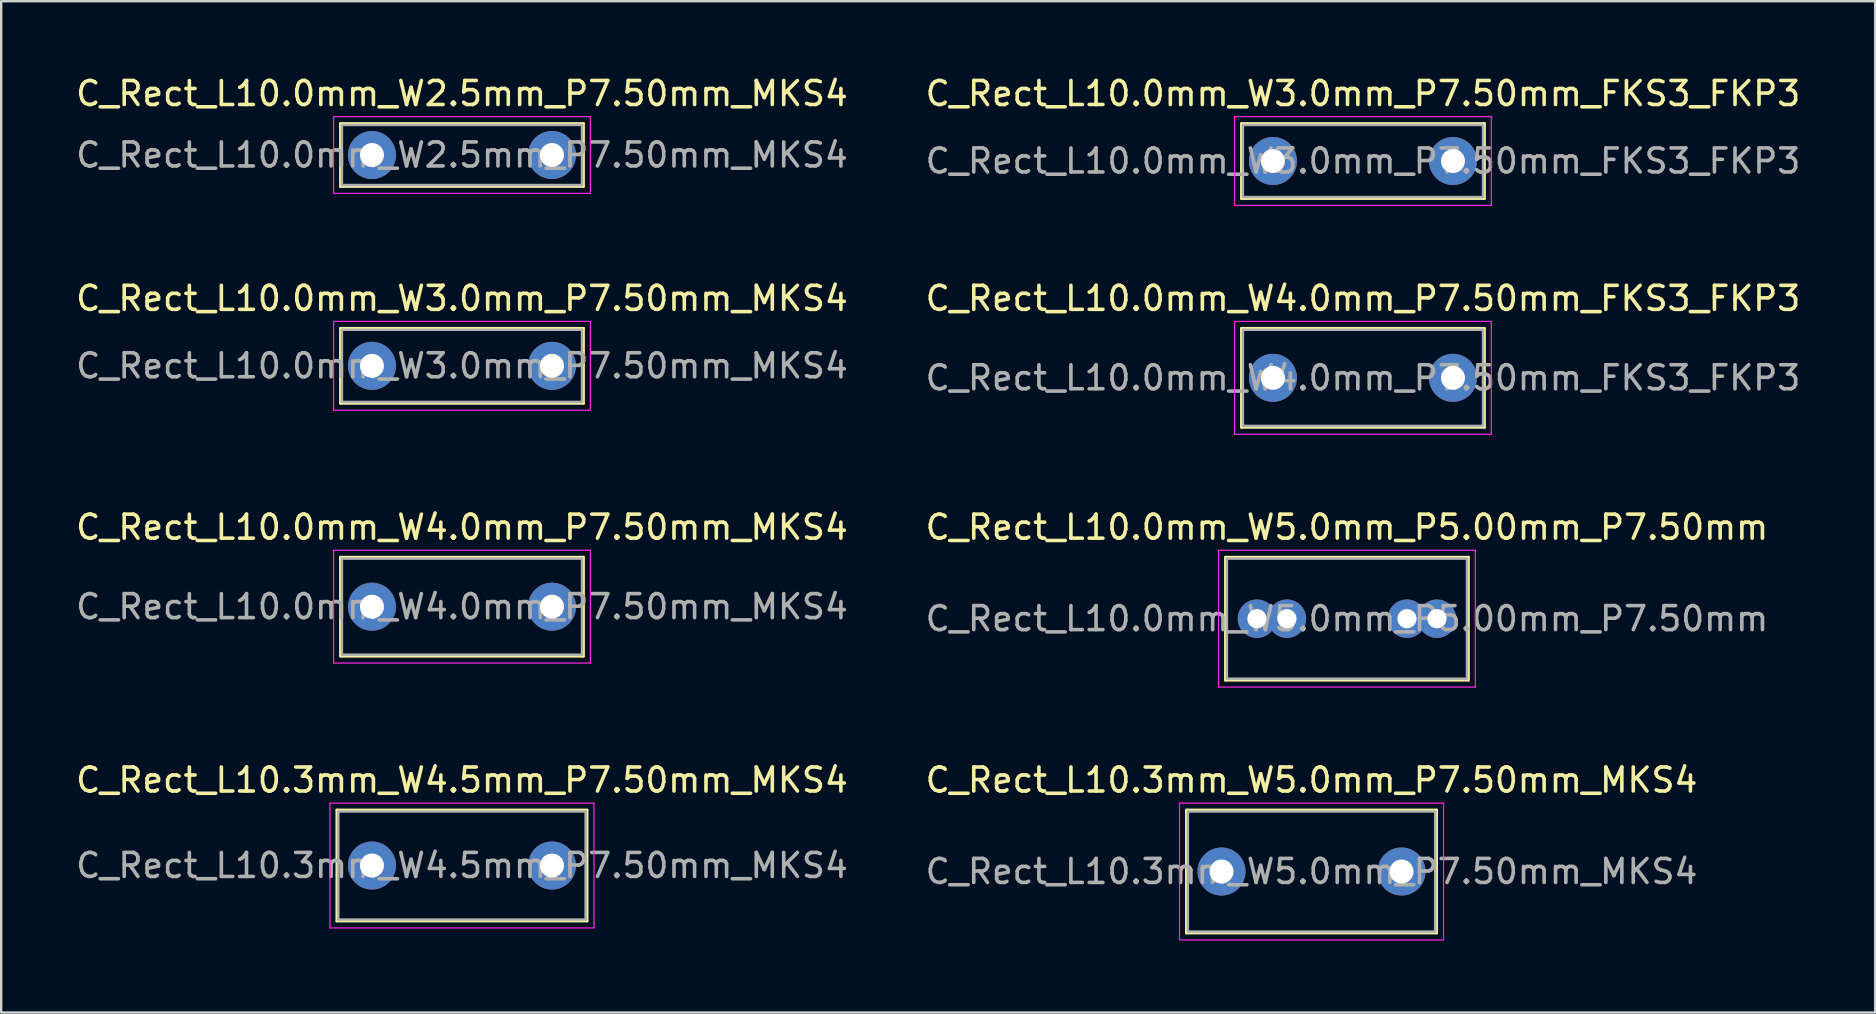
<source format=kicad_pcb>
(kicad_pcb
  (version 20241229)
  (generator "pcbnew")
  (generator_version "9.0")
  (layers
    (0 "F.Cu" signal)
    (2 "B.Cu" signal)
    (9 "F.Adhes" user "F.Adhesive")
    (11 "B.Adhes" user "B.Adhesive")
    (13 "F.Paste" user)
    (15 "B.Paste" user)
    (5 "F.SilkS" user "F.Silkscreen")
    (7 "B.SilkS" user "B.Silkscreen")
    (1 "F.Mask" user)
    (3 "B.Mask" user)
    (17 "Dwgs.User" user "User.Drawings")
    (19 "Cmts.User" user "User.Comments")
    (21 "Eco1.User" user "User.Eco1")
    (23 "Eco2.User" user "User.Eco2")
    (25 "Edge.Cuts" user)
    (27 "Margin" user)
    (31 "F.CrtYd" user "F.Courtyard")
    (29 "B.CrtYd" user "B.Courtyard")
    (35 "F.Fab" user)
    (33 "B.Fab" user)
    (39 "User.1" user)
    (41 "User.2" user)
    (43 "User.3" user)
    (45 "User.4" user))
  (footprint "C_Rect_L10.0mm_W2.5mm_P7.50mm_MKS4"
    (layer "F.Cu")
    (at 12.446 3.408)
    (property "Reference" "C_Rect_L10.0mm_W2.5mm_P7.50mm_MKS4" (at 3.75 -2.56 0) (layer "F.SilkS") (effects (font (size 1 1) (thickness 0.15))))
    (attr through_hole)
    (fp_line (start -1.31 -1.31) (end -1.31 1.31) (stroke (width 0.12) (type solid)) (layer "F.SilkS"))
    (fp_line (start -1.31 -1.31) (end 8.81 -1.31) (stroke (width 0.12) (type solid)) (layer "F.SilkS"))
    (fp_line (start -1.31 1.31) (end 8.81 1.31) (stroke (width 0.12) (type solid)) (layer "F.SilkS"))
    (fp_line (start 8.81 -1.31) (end 8.81 1.31) (stroke (width 0.12) (type solid)) (layer "F.SilkS"))
    (fp_line (start -1.6 -1.6) (end -1.6 1.6) (stroke (width 0.05) (type solid)) (layer "F.CrtYd"))
    (fp_line (start -1.6 1.6) (end 9.1 1.6) (stroke (width 0.05) (type solid)) (layer "F.CrtYd"))
    (fp_line (start 9.1 -1.6) (end -1.6 -1.6) (stroke (width 0.05) (type solid)) (layer "F.CrtYd"))
    (fp_line (start 9.1 1.6) (end 9.1 -1.6) (stroke (width 0.05) (type solid)) (layer "F.CrtYd"))
    (fp_line (start -1.25 -1.25) (end -1.25 1.25) (stroke (width 0.1) (type solid)) (layer "F.Fab"))
    (fp_line (start -1.25 1.25) (end 8.75 1.25) (stroke (width 0.1) (type solid)) (layer "F.Fab"))
    (fp_line (start 8.75 -1.25) (end -1.25 -1.25) (stroke (width 0.1) (type solid)) (layer "F.Fab"))
    (fp_line (start 8.75 1.25) (end 8.75 -1.25) (stroke (width 0.1) (type solid)) (layer "F.Fab"))
    (fp_text user "${REFERENCE}" (at 3.75 0 0) (layer "F.Fab") (effects (font (size 1 1) (thickness 0.15))))
    (pad "1" thru_hole circle (at 0 0) (size 2 2) (drill 1) (layers "*.Cu" "*.Mask"))
    (pad "2" thru_hole circle (at 7.5 0) (size 2 2) (drill 1) (layers "*.Cu" "*.Mask")))
  (footprint "C_Rect_L10.0mm_W4.0mm_P7.50mm_FKS3_FKP3"
    (layer "F.Cu")
    (at 49.982 12.691)
    (property "Reference" "C_Rect_L10.0mm_W4.0mm_P7.50mm_FKS3_FKP3" (at 3.75 -3.31 0) (layer "F.SilkS") (effects (font (size 1 1) (thickness 0.15))))
    (attr through_hole)
    (fp_line (start -1.31 -2.06) (end -1.31 2.06) (stroke (width 0.12) (type solid)) (layer "F.SilkS"))
    (fp_line (start -1.31 -2.06) (end 8.81 -2.06) (stroke (width 0.12) (type solid)) (layer "F.SilkS"))
    (fp_line (start -1.31 2.06) (end 8.81 2.06) (stroke (width 0.12) (type solid)) (layer "F.SilkS"))
    (fp_line (start 8.81 -2.06) (end 8.81 2.06) (stroke (width 0.12) (type solid)) (layer "F.SilkS"))
    (fp_line (start -1.6 -2.35) (end -1.6 2.35) (stroke (width 0.05) (type solid)) (layer "F.CrtYd"))
    (fp_line (start -1.6 2.35) (end 9.1 2.35) (stroke (width 0.05) (type solid)) (layer "F.CrtYd"))
    (fp_line (start 9.1 -2.35) (end -1.6 -2.35) (stroke (width 0.05) (type solid)) (layer "F.CrtYd"))
    (fp_line (start 9.1 2.35) (end 9.1 -2.35) (stroke (width 0.05) (type solid)) (layer "F.CrtYd"))
    (fp_line (start -1.25 -2) (end -1.25 2) (stroke (width 0.1) (type solid)) (layer "F.Fab"))
    (fp_line (start -1.25 2) (end 8.75 2) (stroke (width 0.1) (type solid)) (layer "F.Fab"))
    (fp_line (start 8.75 -2) (end -1.25 -2) (stroke (width 0.1) (type solid)) (layer "F.Fab"))
    (fp_line (start 8.75 2) (end 8.75 -2) (stroke (width 0.1) (type solid)) (layer "F.Fab"))
    (fp_text user "${REFERENCE}" (at 3.75 0 0) (layer "F.Fab") (effects (font (size 1 1) (thickness 0.15))))
    (pad "1" thru_hole circle (at 0 0) (size 2 2) (drill 1) (layers "*.Cu" "*.Mask"))
    (pad "2" thru_hole circle (at 7.5 0) (size 2 2) (drill 1) (layers "*.Cu" "*.Mask")))
  (footprint "C_Rect_L10.0mm_W3.0mm_P7.50mm_MKS4"
    (layer "F.Cu")
    (at 12.446 12.191)
    (property "Reference" "C_Rect_L10.0mm_W3.0mm_P7.50mm_MKS4" (at 3.75 -2.81 0) (layer "F.SilkS") (effects (font (size 1 1) (thickness 0.15))))
    (attr through_hole)
    (fp_line (start -1.31 -1.56) (end -1.31 1.56) (stroke (width 0.12) (type solid)) (layer "F.SilkS"))
    (fp_line (start -1.31 -1.56) (end 8.81 -1.56) (stroke (width 0.12) (type solid)) (layer "F.SilkS"))
    (fp_line (start -1.31 1.56) (end 8.81 1.56) (stroke (width 0.12) (type solid)) (layer "F.SilkS"))
    (fp_line (start 8.81 -1.56) (end 8.81 1.56) (stroke (width 0.12) (type solid)) (layer "F.SilkS"))
    (fp_line (start -1.6 -1.85) (end -1.6 1.85) (stroke (width 0.05) (type solid)) (layer "F.CrtYd"))
    (fp_line (start -1.6 1.85) (end 9.1 1.85) (stroke (width 0.05) (type solid)) (layer "F.CrtYd"))
    (fp_line (start 9.1 -1.85) (end -1.6 -1.85) (stroke (width 0.05) (type solid)) (layer "F.CrtYd"))
    (fp_line (start 9.1 1.85) (end 9.1 -1.85) (stroke (width 0.05) (type solid)) (layer "F.CrtYd"))
    (fp_line (start -1.25 -1.5) (end -1.25 1.5) (stroke (width 0.1) (type solid)) (layer "F.Fab"))
    (fp_line (start -1.25 1.5) (end 8.75 1.5) (stroke (width 0.1) (type solid)) (layer "F.Fab"))
    (fp_line (start 8.75 -1.5) (end -1.25 -1.5) (stroke (width 0.1) (type solid)) (layer "F.Fab"))
    (fp_line (start 8.75 1.5) (end 8.75 -1.5) (stroke (width 0.1) (type solid)) (layer "F.Fab"))
    (fp_text user "${REFERENCE}" (at 3.75 0 0) (layer "F.Fab") (effects (font (size 1 1) (thickness 0.15))))
    (pad "1" thru_hole circle (at 0 0) (size 2 2) (drill 1) (layers "*.Cu" "*.Mask"))
    (pad "2" thru_hole circle (at 7.5 0) (size 2 2) (drill 1) (layers "*.Cu" "*.Mask")))
  (footprint "C_Rect_L10.0mm_W4.0mm_P7.50mm_MKS4"
    (layer "F.Cu")
    (at 12.446 22.225)
    (property "Reference" "C_Rect_L10.0mm_W4.0mm_P7.50mm_MKS4" (at 3.75 -3.31 0) (layer "F.SilkS") (effects (font (size 1 1) (thickness 0.15))))
    (attr through_hole)
    (fp_line (start -1.31 -2.06) (end -1.31 2.06) (stroke (width 0.12) (type solid)) (layer "F.SilkS"))
    (fp_line (start -1.31 -2.06) (end 8.81 -2.06) (stroke (width 0.12) (type solid)) (layer "F.SilkS"))
    (fp_line (start -1.31 2.06) (end 8.81 2.06) (stroke (width 0.12) (type solid)) (layer "F.SilkS"))
    (fp_line (start 8.81 -2.06) (end 8.81 2.06) (stroke (width 0.12) (type solid)) (layer "F.SilkS"))
    (fp_line (start -1.6 -2.35) (end -1.6 2.35) (stroke (width 0.05) (type solid)) (layer "F.CrtYd"))
    (fp_line (start -1.6 2.35) (end 9.1 2.35) (stroke (width 0.05) (type solid)) (layer "F.CrtYd"))
    (fp_line (start 9.1 -2.35) (end -1.6 -2.35) (stroke (width 0.05) (type solid)) (layer "F.CrtYd"))
    (fp_line (start 9.1 2.35) (end 9.1 -2.35) (stroke (width 0.05) (type solid)) (layer "F.CrtYd"))
    (fp_line (start -1.25 -2) (end -1.25 2) (stroke (width 0.1) (type solid)) (layer "F.Fab"))
    (fp_line (start -1.25 2) (end 8.75 2) (stroke (width 0.1) (type solid)) (layer "F.Fab"))
    (fp_line (start 8.75 -2) (end -1.25 -2) (stroke (width 0.1) (type solid)) (layer "F.Fab"))
    (fp_line (start 8.75 2) (end 8.75 -2) (stroke (width 0.1) (type solid)) (layer "F.Fab"))
    (fp_text user "${REFERENCE}" (at 3.75 0 0) (layer "F.Fab") (effects (font (size 1 1) (thickness 0.15))))
    (pad "1" thru_hole circle (at 0 0) (size 2 2) (drill 1) (layers "*.Cu" "*.Mask"))
    (pad "2" thru_hole circle (at 7.5 0) (size 2 2) (drill 1) (layers "*.Cu" "*.Mask")))
  (footprint "C_Rect_L10.0mm_W3.0mm_P7.50mm_FKS3_FKP3"
    (layer "F.Cu")
    (at 49.982 3.658)
    (property "Reference" "C_Rect_L10.0mm_W3.0mm_P7.50mm_FKS3_FKP3" (at 3.75 -2.81 0) (layer "F.SilkS") (effects (font (size 1 1) (thickness 0.15))))
    (attr through_hole)
    (fp_line (start -1.31 -1.56) (end -1.31 1.56) (stroke (width 0.12) (type solid)) (layer "F.SilkS"))
    (fp_line (start -1.31 -1.56) (end 8.81 -1.56) (stroke (width 0.12) (type solid)) (layer "F.SilkS"))
    (fp_line (start -1.31 1.56) (end 8.81 1.56) (stroke (width 0.12) (type solid)) (layer "F.SilkS"))
    (fp_line (start 8.81 -1.56) (end 8.81 1.56) (stroke (width 0.12) (type solid)) (layer "F.SilkS"))
    (fp_line (start -1.6 -1.85) (end -1.6 1.85) (stroke (width 0.05) (type solid)) (layer "F.CrtYd"))
    (fp_line (start -1.6 1.85) (end 9.1 1.85) (stroke (width 0.05) (type solid)) (layer "F.CrtYd"))
    (fp_line (start 9.1 -1.85) (end -1.6 -1.85) (stroke (width 0.05) (type solid)) (layer "F.CrtYd"))
    (fp_line (start 9.1 1.85) (end 9.1 -1.85) (stroke (width 0.05) (type solid)) (layer "F.CrtYd"))
    (fp_line (start -1.25 -1.5) (end -1.25 1.5) (stroke (width 0.1) (type solid)) (layer "F.Fab"))
    (fp_line (start -1.25 1.5) (end 8.75 1.5) (stroke (width 0.1) (type solid)) (layer "F.Fab"))
    (fp_line (start 8.75 -1.5) (end -1.25 -1.5) (stroke (width 0.1) (type solid)) (layer "F.Fab"))
    (fp_line (start 8.75 1.5) (end 8.75 -1.5) (stroke (width 0.1) (type solid)) (layer "F.Fab"))
    (fp_text user "${REFERENCE}" (at 3.75 0 0) (layer "F.Fab") (effects (font (size 1 1) (thickness 0.15))))
    (pad "1" thru_hole circle (at 0 0) (size 2 2) (drill 1) (layers "*.Cu" "*.Mask"))
    (pad "2" thru_hole circle (at 7.5 0) (size 2 2) (drill 1) (layers "*.Cu" "*.Mask")))
  (footprint "C_Rect_L10.3mm_W5.0mm_P7.50mm_MKS4"
    (layer "F.Cu")
    (at 47.839 33.258)
    (property "Reference" "C_Rect_L10.3mm_W5.0mm_P7.50mm_MKS4" (at 3.75 -3.81 0) (layer "F.SilkS") (effects (font (size 1 1) (thickness 0.15))))
    (attr through_hole)
    (fp_line (start -1.46 -2.56) (end -1.46 2.56) (stroke (width 0.12) (type solid)) (layer "F.SilkS"))
    (fp_line (start -1.46 -2.56) (end 8.96 -2.56) (stroke (width 0.12) (type solid)) (layer "F.SilkS"))
    (fp_line (start -1.46 2.56) (end 8.96 2.56) (stroke (width 0.12) (type solid)) (layer "F.SilkS"))
    (fp_line (start 8.96 -2.56) (end 8.96 2.56) (stroke (width 0.12) (type solid)) (layer "F.SilkS"))
    (fp_line (start -1.75 -2.85) (end -1.75 2.85) (stroke (width 0.05) (type solid)) (layer "F.CrtYd"))
    (fp_line (start -1.75 2.85) (end 9.25 2.85) (stroke (width 0.05) (type solid)) (layer "F.CrtYd"))
    (fp_line (start 9.25 -2.85) (end -1.75 -2.85) (stroke (width 0.05) (type solid)) (layer "F.CrtYd"))
    (fp_line (start 9.25 2.85) (end 9.25 -2.85) (stroke (width 0.05) (type solid)) (layer "F.CrtYd"))
    (fp_line (start -1.4 -2.5) (end -1.4 2.5) (stroke (width 0.1) (type solid)) (layer "F.Fab"))
    (fp_line (start -1.4 2.5) (end 8.9 2.5) (stroke (width 0.1) (type solid)) (layer "F.Fab"))
    (fp_line (start 8.9 -2.5) (end -1.4 -2.5) (stroke (width 0.1) (type solid)) (layer "F.Fab"))
    (fp_line (start 8.9 2.5) (end 8.9 -2.5) (stroke (width 0.1) (type solid)) (layer "F.Fab"))
    (fp_text user "${REFERENCE}" (at 3.75 0 0) (layer "F.Fab") (effects (font (size 1 1) (thickness 0.15))))
    (pad "1" thru_hole circle (at 0 0) (size 2 2) (drill 1) (layers "*.Cu" "*.Mask"))
    (pad "2" thru_hole circle (at 7.5 0) (size 2 2) (drill 1) (layers "*.Cu" "*.Mask")))
  (footprint "C_Rect_L10.3mm_W4.5mm_P7.50mm_MKS4"
    (layer "F.Cu")
    (at 12.446 33.008)
    (property "Reference" "C_Rect_L10.3mm_W4.5mm_P7.50mm_MKS4" (at 3.75 -3.56 0) (layer "F.SilkS") (effects (font (size 1 1) (thickness 0.15))))
    (attr through_hole)
    (fp_line (start -1.46 -2.31) (end -1.46 2.31) (stroke (width 0.12) (type solid)) (layer "F.SilkS"))
    (fp_line (start -1.46 -2.31) (end 8.96 -2.31) (stroke (width 0.12) (type solid)) (layer "F.SilkS"))
    (fp_line (start -1.46 2.31) (end 8.96 2.31) (stroke (width 0.12) (type solid)) (layer "F.SilkS"))
    (fp_line (start 8.96 -2.31) (end 8.96 2.31) (stroke (width 0.12) (type solid)) (layer "F.SilkS"))
    (fp_line (start -1.75 -2.6) (end -1.75 2.6) (stroke (width 0.05) (type solid)) (layer "F.CrtYd"))
    (fp_line (start -1.75 2.6) (end 9.25 2.6) (stroke (width 0.05) (type solid)) (layer "F.CrtYd"))
    (fp_line (start 9.25 -2.6) (end -1.75 -2.6) (stroke (width 0.05) (type solid)) (layer "F.CrtYd"))
    (fp_line (start 9.25 2.6) (end 9.25 -2.6) (stroke (width 0.05) (type solid)) (layer "F.CrtYd"))
    (fp_line (start -1.4 -2.25) (end -1.4 2.25) (stroke (width 0.1) (type solid)) (layer "F.Fab"))
    (fp_line (start -1.4 2.25) (end 8.9 2.25) (stroke (width 0.1) (type solid)) (layer "F.Fab"))
    (fp_line (start 8.9 -2.25) (end -1.4 -2.25) (stroke (width 0.1) (type solid)) (layer "F.Fab"))
    (fp_line (start 8.9 2.25) (end 8.9 -2.25) (stroke (width 0.1) (type solid)) (layer "F.Fab"))
    (fp_text user "${REFERENCE}" (at 3.75 0 0) (layer "F.Fab") (effects (font (size 1 1) (thickness 0.15))))
    (pad "1" thru_hole circle (at 0 0) (size 2 2) (drill 1) (layers "*.Cu" "*.Mask"))
    (pad "2" thru_hole circle (at 7.5 0) (size 2 2) (drill 1) (layers "*.Cu" "*.Mask")))
  (footprint "C_Rect_L10.0mm_W5.0mm_P5.00mm_P7.50mm"
    (layer "F.Cu")
    (at 49.315 22.725)
    (property "Reference" "C_Rect_L10.0mm_W5.0mm_P5.00mm_P7.50mm" (at 3.75 -3.81 0) (layer "F.SilkS") (effects (font (size 1 1) (thickness 0.15))))
    (attr through_hole)
    (fp_line (start -1.31 -2.56) (end -1.31 2.56) (stroke (width 0.12) (type solid)) (layer "F.SilkS"))
    (fp_line (start -1.31 -2.56) (end 8.81 -2.56) (stroke (width 0.12) (type solid)) (layer "F.SilkS"))
    (fp_line (start -1.31 2.56) (end 8.81 2.56) (stroke (width 0.12) (type solid)) (layer "F.SilkS"))
    (fp_line (start 8.81 -2.56) (end 8.81 2.56) (stroke (width 0.12) (type solid)) (layer "F.SilkS"))
    (fp_line (start -1.6 -2.85) (end -1.6 2.85) (stroke (width 0.05) (type solid)) (layer "F.CrtYd"))
    (fp_line (start -1.6 2.85) (end 9.1 2.85) (stroke (width 0.05) (type solid)) (layer "F.CrtYd"))
    (fp_line (start 9.1 -2.85) (end -1.6 -2.85) (stroke (width 0.05) (type solid)) (layer "F.CrtYd"))
    (fp_line (start 9.1 2.85) (end 9.1 -2.85) (stroke (width 0.05) (type solid)) (layer "F.CrtYd"))
    (fp_line (start -1.25 -2.5) (end -1.25 2.5) (stroke (width 0.1) (type solid)) (layer "F.Fab"))
    (fp_line (start -1.25 2.5) (end 8.75 2.5) (stroke (width 0.1) (type solid)) (layer "F.Fab"))
    (fp_line (start 8.75 -2.5) (end -1.25 -2.5) (stroke (width 0.1) (type solid)) (layer "F.Fab"))
    (fp_line (start 8.75 2.5) (end 8.75 -2.5) (stroke (width 0.1) (type solid)) (layer "F.Fab"))
    (fp_text user "${REFERENCE}" (at 3.75 0 0) (layer "F.Fab") (effects (font (size 1 1) (thickness 0.15))))
    (pad "1" thru_hole circle (at 0 0) (size 1.6 1.6) (drill 0.8) (layers "*.Cu" "*.Mask"))
    (pad "1" thru_hole circle (at 1.25 0) (size 1.6 1.6) (drill 0.8) (layers "*.Cu" "*.Mask"))
    (pad "2" thru_hole circle (at 6.25 0) (size 1.6 1.6) (drill 0.8) (layers "*.Cu" "*.Mask"))
    (pad "2" thru_hole circle (at 7.5 0) (size 1.6 1.6) (drill 0.8) (layers "*.Cu" "*.Mask")))
  (gr_rect
    (start -3 -3)
    (end 75.071 39.133)
    (stroke (width 0.1) (type default))
    (fill no)
    (layer "Edge.Cuts")))
</source>
